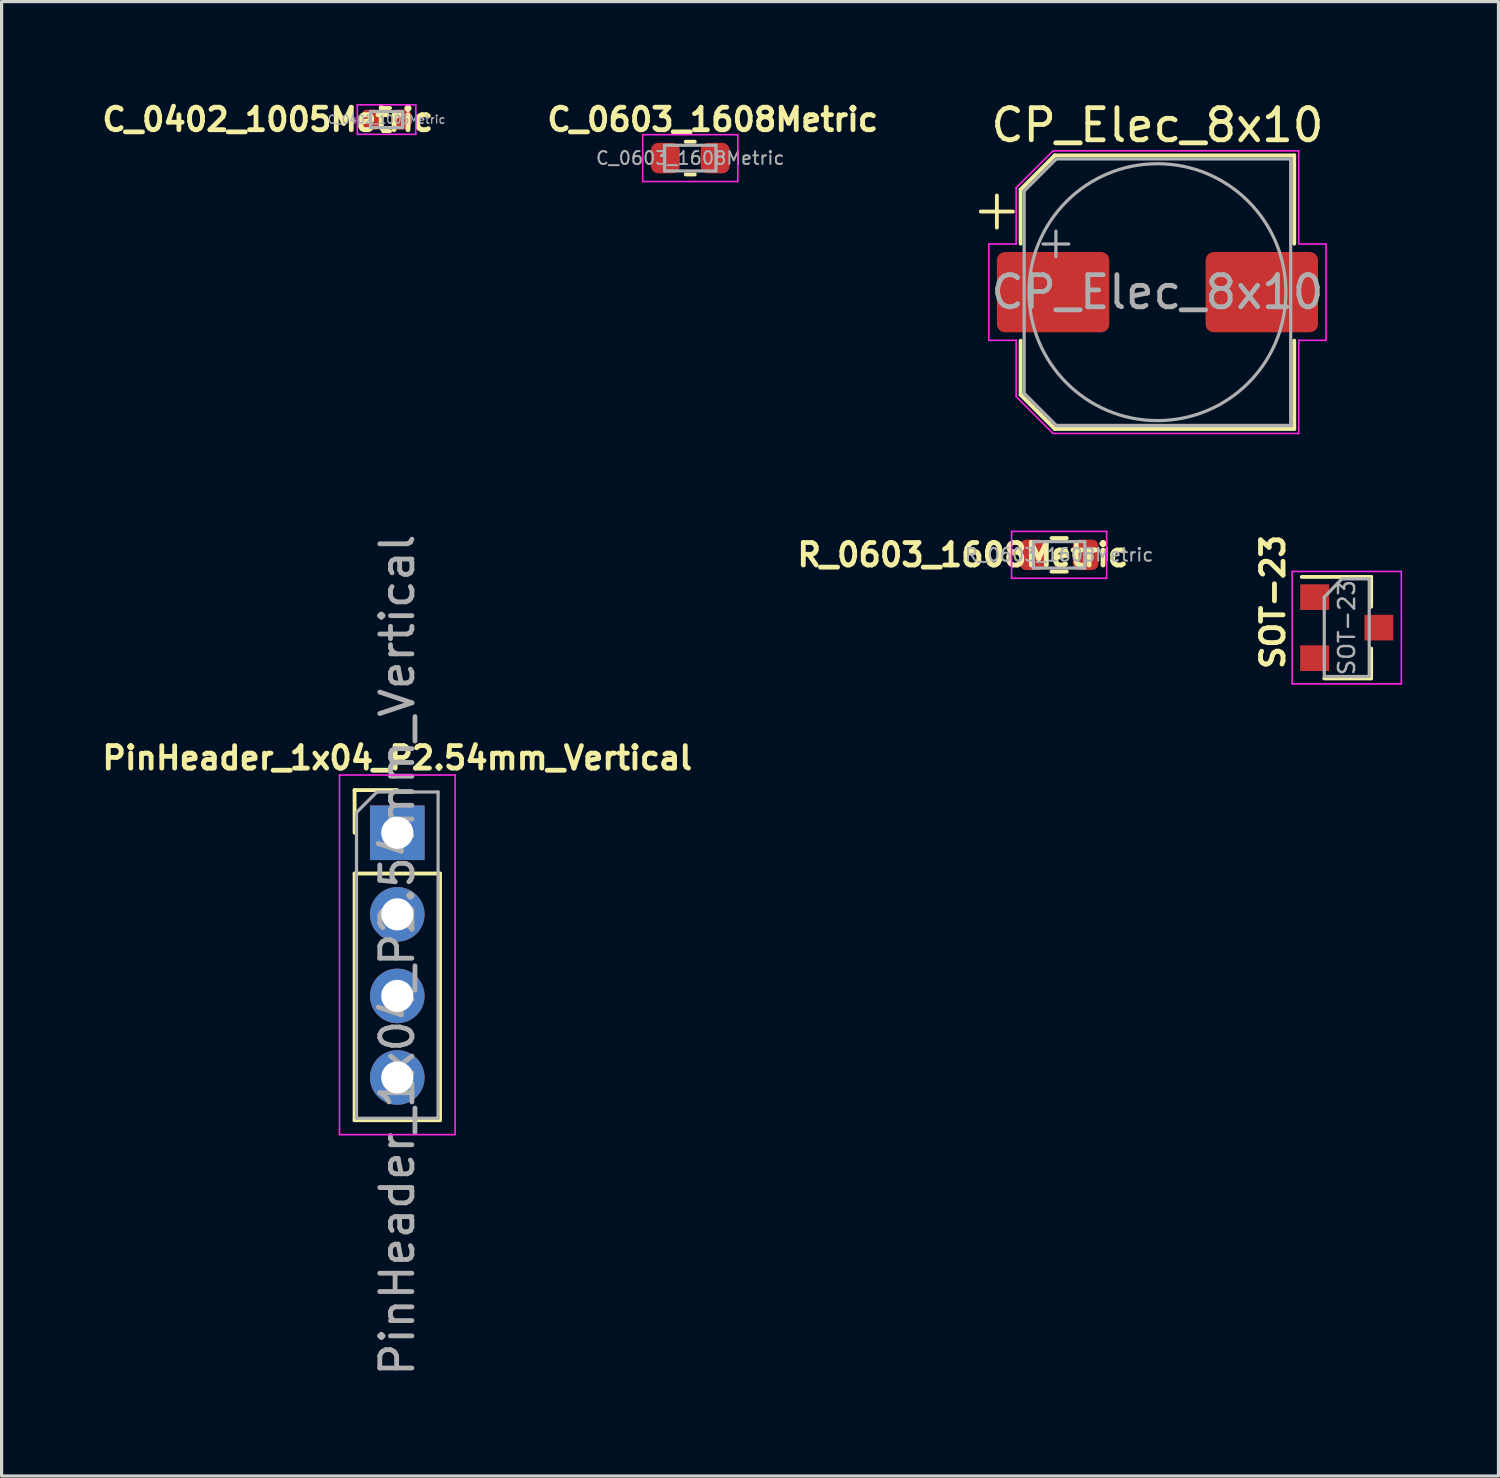
<source format=kicad_pcb>
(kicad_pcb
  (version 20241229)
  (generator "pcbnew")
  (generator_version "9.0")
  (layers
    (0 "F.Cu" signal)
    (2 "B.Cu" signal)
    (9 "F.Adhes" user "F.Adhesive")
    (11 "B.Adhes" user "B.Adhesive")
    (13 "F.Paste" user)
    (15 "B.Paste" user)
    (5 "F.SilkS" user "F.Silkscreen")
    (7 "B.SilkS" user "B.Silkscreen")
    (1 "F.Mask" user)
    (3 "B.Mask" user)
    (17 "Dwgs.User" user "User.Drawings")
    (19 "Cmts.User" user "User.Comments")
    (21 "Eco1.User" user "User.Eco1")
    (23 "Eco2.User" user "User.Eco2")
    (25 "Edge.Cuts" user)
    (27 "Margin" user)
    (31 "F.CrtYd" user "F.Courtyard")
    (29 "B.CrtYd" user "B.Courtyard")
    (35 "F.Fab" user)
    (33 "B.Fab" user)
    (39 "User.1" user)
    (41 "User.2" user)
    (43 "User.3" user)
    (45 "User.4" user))
  (footprint "SOT-23"
    (layer "F.Cu")
    (at 38.888 16.495)
    (property "Reference" "SOT-23" (at -2.3 -0.8 270) (layer "F.SilkS") (effects (font (size 0.7 0.7) (thickness 0.15))))
    (attr smd)
    (fp_line (start 0.76 -1.58) (end -1.4 -1.58) (stroke (width 0.12) (type solid)) (layer "F.SilkS"))
    (fp_line (start 0.76 -1.58) (end 0.76 -0.65) (stroke (width 0.12) (type solid)) (layer "F.SilkS"))
    (fp_line (start 0.76 1.58) (end -0.7 1.58) (stroke (width 0.12) (type solid)) (layer "F.SilkS"))
    (fp_line (start 0.76 1.58) (end 0.76 0.65) (stroke (width 0.12) (type solid)) (layer "F.SilkS"))
    (fp_line (start -1.7 -1.75) (end 1.7 -1.75) (stroke (width 0.05) (type solid)) (layer "F.CrtYd"))
    (fp_line (start -1.7 1.75) (end -1.7 -1.75) (stroke (width 0.05) (type solid)) (layer "F.CrtYd"))
    (fp_line (start 1.7 -1.75) (end 1.7 1.75) (stroke (width 0.05) (type solid)) (layer "F.CrtYd"))
    (fp_line (start 1.7 1.75) (end -1.7 1.75) (stroke (width 0.05) (type solid)) (layer "F.CrtYd"))
    (fp_line (start -0.7 -0.95) (end -0.7 1.5) (stroke (width 0.1) (type solid)) (layer "F.Fab"))
    (fp_line (start -0.7 -0.95) (end -0.15 -1.52) (stroke (width 0.1) (type solid)) (layer "F.Fab"))
    (fp_line (start -0.7 1.52) (end 0.7 1.52) (stroke (width 0.1) (type solid)) (layer "F.Fab"))
    (fp_line (start -0.15 -1.52) (end 0.7 -1.52) (stroke (width 0.1) (type solid)) (layer "F.Fab"))
    (fp_line (start 0.7 -1.52) (end 0.7 1.52) (stroke (width 0.1) (type solid)) (layer "F.Fab"))
    (fp_text user "${REFERENCE}" (at 0 0 90) (layer "F.Fab") (effects (font (size 0.5 0.5) (thickness 0.075))))
    (pad "1" smd rect (at -1 -0.95) (size 0.9 0.8) (layers "F.Cu" "F.Mask" "F.Paste"))
    (pad "2" smd rect (at -1 0.95) (size 0.9 0.8) (layers "F.Cu" "F.Mask" "F.Paste"))
    (pad "3" smd rect (at 1 0) (size 0.9 0.8) (layers "F.Cu" "F.Mask" "F.Paste")))
  (footprint "R_0603_1608Metric"
    (layer "F.Cu")
    (at 29.932 14.228)
    (property "Reference" "R_0603_1608Metric" (at -3 0 180) (layer "F.SilkS") (effects (font (size 0.7 0.7) (thickness 0.15))))
    (attr smd)
    (fp_line (start -0.237 -0.522) (end 0.237 -0.522) (stroke (width 0.12) (type solid)) (layer "F.SilkS"))
    (fp_line (start -0.237 0.522) (end 0.237 0.522) (stroke (width 0.12) (type solid)) (layer "F.SilkS"))
    (fp_line (start -1.48 -0.73) (end 1.48 -0.73) (stroke (width 0.05) (type solid)) (layer "F.CrtYd"))
    (fp_line (start -1.48 0.73) (end -1.48 -0.73) (stroke (width 0.05) (type solid)) (layer "F.CrtYd"))
    (fp_line (start 1.48 -0.73) (end 1.48 0.73) (stroke (width 0.05) (type solid)) (layer "F.CrtYd"))
    (fp_line (start 1.48 0.73) (end -1.48 0.73) (stroke (width 0.05) (type solid)) (layer "F.CrtYd"))
    (fp_line (start -0.8 -0.412) (end 0.8 -0.412) (stroke (width 0.1) (type solid)) (layer "F.Fab"))
    (fp_line (start -0.8 0.412) (end -0.8 -0.412) (stroke (width 0.1) (type solid)) (layer "F.Fab"))
    (fp_line (start 0.8 -0.412) (end 0.8 0.412) (stroke (width 0.1) (type solid)) (layer "F.Fab"))
    (fp_line (start 0.8 0.412) (end -0.8 0.412) (stroke (width 0.1) (type solid)) (layer "F.Fab"))
    (fp_text user "${REFERENCE}" (at 0 0 180) (layer "F.Fab") (effects (font (size 0.4 0.4) (thickness 0.06))))
    (pad "1" smd roundrect (at -0.825 0) (size 0.8 0.95) (layers "F.Cu" "F.Mask" "F.Paste") (roundrect_rratio 0.25))
    (pad "2" smd roundrect (at 0.825 0) (size 0.8 0.95) (layers "F.Cu" "F.Mask" "F.Paste") (roundrect_rratio 0.25)))
  (footprint "PinHeader_1x04_P2.54mm_Vertical"
    (layer "F.Cu")
    (at 9.322 22.883)
    (property "Reference" "PinHeader_1x04_P2.54mm_Vertical" (at 0 -2.33 0) (layer "F.SilkS") (effects (font (size 0.7 0.7) (thickness 0.15))))
    (attr through_hole)
    (fp_line (start -1.33 -1.33) (end 0 -1.33) (stroke (width 0.12) (type solid)) (layer "F.SilkS"))
    (fp_line (start -1.33 0) (end -1.33 -1.33) (stroke (width 0.12) (type solid)) (layer "F.SilkS"))
    (fp_line (start -1.33 1.27) (end -1.33 8.95) (stroke (width 0.12) (type solid)) (layer "F.SilkS"))
    (fp_line (start -1.33 1.27) (end 1.33 1.27) (stroke (width 0.12) (type solid)) (layer "F.SilkS"))
    (fp_line (start -1.33 8.95) (end 1.33 8.95) (stroke (width 0.12) (type solid)) (layer "F.SilkS"))
    (fp_line (start 1.33 1.27) (end 1.33 8.95) (stroke (width 0.12) (type solid)) (layer "F.SilkS"))
    (fp_line (start -1.8 -1.8) (end -1.8 9.4) (stroke (width 0.05) (type solid)) (layer "F.CrtYd"))
    (fp_line (start -1.8 9.4) (end 1.8 9.4) (stroke (width 0.05) (type solid)) (layer "F.CrtYd"))
    (fp_line (start 1.8 -1.8) (end -1.8 -1.8) (stroke (width 0.05) (type solid)) (layer "F.CrtYd"))
    (fp_line (start 1.8 9.4) (end 1.8 -1.8) (stroke (width 0.05) (type solid)) (layer "F.CrtYd"))
    (fp_line (start -1.27 -0.635) (end -0.635 -1.27) (stroke (width 0.1) (type solid)) (layer "F.Fab"))
    (fp_line (start -1.27 8.89) (end -1.27 -0.635) (stroke (width 0.1) (type solid)) (layer "F.Fab"))
    (fp_line (start -0.635 -1.27) (end 1.27 -1.27) (stroke (width 0.1) (type solid)) (layer "F.Fab"))
    (fp_line (start 1.27 -1.27) (end 1.27 8.89) (stroke (width 0.1) (type solid)) (layer "F.Fab"))
    (fp_line (start 1.27 8.89) (end -1.27 8.89) (stroke (width 0.1) (type solid)) (layer "F.Fab"))
    (fp_text user "${REFERENCE}" (at 0 3.81 90) (layer "F.Fab") (effects (font (size 1 1) (thickness 0.15))))
    (pad "1" thru_hole rect (at 0 0) (size 1.7 1.7) (drill 1) (layers "*.Cu" "*.Mask"))
    (pad "2" thru_hole oval (at 0 2.54) (size 1.7 1.7) (drill 1) (layers "*.Cu" "*.Mask"))
    (pad "3" thru_hole oval (at 0 5.08) (size 1.7 1.7) (drill 1) (layers "*.Cu" "*.Mask"))
    (pad "4" thru_hole oval (at 0 7.62) (size 1.7 1.7) (drill 1) (layers "*.Cu" "*.Mask")))
  (footprint "C_0402_1005Metric"
    (layer "F.Cu")
    (at 8.988 0.673)
    (property "Reference" "C_0402_1005Metric" (at -3.7 0 0) (layer "F.SilkS") (effects (font (size 0.7 0.7) (thickness 0.15))))
    (attr smd)
    (fp_line (start -0.108 -0.36) (end 0.108 -0.36) (stroke (width 0.12) (type solid)) (layer "F.SilkS"))
    (fp_line (start -0.108 0.36) (end 0.108 0.36) (stroke (width 0.12) (type solid)) (layer "F.SilkS"))
    (fp_line (start -0.91 -0.46) (end 0.91 -0.46) (stroke (width 0.05) (type solid)) (layer "F.CrtYd"))
    (fp_line (start -0.91 0.46) (end -0.91 -0.46) (stroke (width 0.05) (type solid)) (layer "F.CrtYd"))
    (fp_line (start 0.91 -0.46) (end 0.91 0.46) (stroke (width 0.05) (type solid)) (layer "F.CrtYd"))
    (fp_line (start 0.91 0.46) (end -0.91 0.46) (stroke (width 0.05) (type solid)) (layer "F.CrtYd"))
    (fp_line (start -0.5 -0.25) (end 0.5 -0.25) (stroke (width 0.1) (type solid)) (layer "F.Fab"))
    (fp_line (start -0.5 0.25) (end -0.5 -0.25) (stroke (width 0.1) (type solid)) (layer "F.Fab"))
    (fp_line (start 0.5 -0.25) (end 0.5 0.25) (stroke (width 0.1) (type solid)) (layer "F.Fab"))
    (fp_line (start 0.5 0.25) (end -0.5 0.25) (stroke (width 0.1) (type solid)) (layer "F.Fab"))
    (fp_text user "${REFERENCE}" (at 0 0 0) (layer "F.Fab") (effects (font (size 0.25 0.25) (thickness 0.04))))
    (pad "1" smd roundrect (at -0.48 0) (size 0.56 0.62) (layers "F.Cu" "F.Mask" "F.Paste") (roundrect_rratio 0.25))
    (pad "2" smd roundrect (at 0.48 0) (size 0.56 0.62) (layers "F.Cu" "F.Mask" "F.Paste") (roundrect_rratio 0.25)))
  (footprint "C_0603_1608Metric"
    (layer "F.Cu")
    (at 18.445 1.873)
    (property "Reference" "C_0603_1608Metric" (at 0.7 -1.2 180) (layer "F.SilkS") (effects (font (size 0.7 0.7) (thickness 0.15))))
    (attr smd)
    (fp_line (start -0.141 -0.51) (end 0.141 -0.51) (stroke (width 0.12) (type solid)) (layer "F.SilkS"))
    (fp_line (start -0.141 0.51) (end 0.141 0.51) (stroke (width 0.12) (type solid)) (layer "F.SilkS"))
    (fp_line (start -1.48 -0.73) (end 1.48 -0.73) (stroke (width 0.05) (type solid)) (layer "F.CrtYd"))
    (fp_line (start -1.48 0.73) (end -1.48 -0.73) (stroke (width 0.05) (type solid)) (layer "F.CrtYd"))
    (fp_line (start 1.48 -0.73) (end 1.48 0.73) (stroke (width 0.05) (type solid)) (layer "F.CrtYd"))
    (fp_line (start 1.48 0.73) (end -1.48 0.73) (stroke (width 0.05) (type solid)) (layer "F.CrtYd"))
    (fp_line (start -0.8 -0.4) (end 0.8 -0.4) (stroke (width 0.1) (type solid)) (layer "F.Fab"))
    (fp_line (start -0.8 0.4) (end -0.8 -0.4) (stroke (width 0.1) (type solid)) (layer "F.Fab"))
    (fp_line (start 0.8 -0.4) (end 0.8 0.4) (stroke (width 0.1) (type solid)) (layer "F.Fab"))
    (fp_line (start 0.8 0.4) (end -0.8 0.4) (stroke (width 0.1) (type solid)) (layer "F.Fab"))
    (fp_text user "${REFERENCE}" (at 0 0 180) (layer "F.Fab") (effects (font (size 0.4 0.4) (thickness 0.06))))
    (pad "1" smd roundrect (at -0.775 0) (size 0.9 0.95) (layers "F.Cu" "F.Mask" "F.Paste") (roundrect_rratio 0.25))
    (pad "2" smd roundrect (at 0.775 0) (size 0.9 0.95) (layers "F.Cu" "F.Mask" "F.Paste") (roundrect_rratio 0.25)))
  (footprint "CP_Elec_8x10"
    (layer "F.Cu")
    (at 32.993 6.048)
    (property "Reference" "CP_Elec_8x10" (at 0 -5.2 0) (layer "F.SilkS") (effects (font (size 1 1) (thickness 0.15))))
    (attr smd)
    (fp_line (start -5.5 -2.51) (end -4.5 -2.51) (stroke (width 0.12) (type solid)) (layer "F.SilkS"))
    (fp_line (start -5 -3.01) (end -5 -2.01) (stroke (width 0.12) (type solid)) (layer "F.SilkS"))
    (fp_line (start -4.26 -3.196) (end -4.26 -1.51) (stroke (width 0.12) (type solid)) (layer "F.SilkS"))
    (fp_line (start -4.26 -3.196) (end -3.196 -4.26) (stroke (width 0.12) (type solid)) (layer "F.SilkS"))
    (fp_line (start -4.26 3.196) (end -4.26 1.51) (stroke (width 0.12) (type solid)) (layer "F.SilkS"))
    (fp_line (start -4.26 3.196) (end -3.196 4.26) (stroke (width 0.12) (type solid)) (layer "F.SilkS"))
    (fp_line (start -3.196 -4.26) (end 4.26 -4.26) (stroke (width 0.12) (type solid)) (layer "F.SilkS"))
    (fp_line (start -3.196 4.26) (end 4.26 4.26) (stroke (width 0.12) (type solid)) (layer "F.SilkS"))
    (fp_line (start 4.26 -4.26) (end 4.26 -1.51) (stroke (width 0.12) (type solid)) (layer "F.SilkS"))
    (fp_line (start 4.26 4.26) (end 4.26 1.51) (stroke (width 0.12) (type solid)) (layer "F.SilkS"))
    (fp_line (start -5.25 -1.5) (end -5.25 1.5) (stroke (width 0.05) (type solid)) (layer "F.CrtYd"))
    (fp_line (start -5.25 1.5) (end -4.4 1.5) (stroke (width 0.05) (type solid)) (layer "F.CrtYd"))
    (fp_line (start -4.4 -3.25) (end -4.4 -1.5) (stroke (width 0.05) (type solid)) (layer "F.CrtYd"))
    (fp_line (start -4.4 -3.25) (end -3.25 -4.4) (stroke (width 0.05) (type solid)) (layer "F.CrtYd"))
    (fp_line (start -4.4 -1.5) (end -5.25 -1.5) (stroke (width 0.05) (type solid)) (layer "F.CrtYd"))
    (fp_line (start -4.4 1.5) (end -4.4 3.25) (stroke (width 0.05) (type solid)) (layer "F.CrtYd"))
    (fp_line (start -4.4 3.25) (end -3.25 4.4) (stroke (width 0.05) (type solid)) (layer "F.CrtYd"))
    (fp_line (start -3.25 -4.4) (end 4.4 -4.4) (stroke (width 0.05) (type solid)) (layer "F.CrtYd"))
    (fp_line (start -3.25 4.4) (end 4.4 4.4) (stroke (width 0.05) (type solid)) (layer "F.CrtYd"))
    (fp_line (start 4.4 -4.4) (end 4.4 -1.5) (stroke (width 0.05) (type solid)) (layer "F.CrtYd"))
    (fp_line (start 4.4 -1.5) (end 5.25 -1.5) (stroke (width 0.05) (type solid)) (layer "F.CrtYd"))
    (fp_line (start 4.4 1.5) (end 4.4 4.4) (stroke (width 0.05) (type solid)) (layer "F.CrtYd"))
    (fp_line (start 5.25 -1.5) (end 5.25 1.5) (stroke (width 0.05) (type solid)) (layer "F.CrtYd"))
    (fp_line (start 5.25 1.5) (end 4.4 1.5) (stroke (width 0.05) (type solid)) (layer "F.CrtYd"))
    (fp_line (start -4.15 -3.15) (end -4.15 3.15) (stroke (width 0.1) (type solid)) (layer "F.Fab"))
    (fp_line (start -4.15 -3.15) (end -3.15 -4.15) (stroke (width 0.1) (type solid)) (layer "F.Fab"))
    (fp_line (start -4.15 3.15) (end -3.15 4.15) (stroke (width 0.1) (type solid)) (layer "F.Fab"))
    (fp_line (start -3.562 -1.5) (end -2.762 -1.5) (stroke (width 0.1) (type solid)) (layer "F.Fab"))
    (fp_line (start -3.162 -1.9) (end -3.162 -1.1) (stroke (width 0.1) (type solid)) (layer "F.Fab"))
    (fp_line (start -3.15 -4.15) (end 4.15 -4.15) (stroke (width 0.1) (type solid)) (layer "F.Fab"))
    (fp_line (start -3.15 4.15) (end 4.15 4.15) (stroke (width 0.1) (type solid)) (layer "F.Fab"))
    (fp_line (start 4.15 -4.15) (end 4.15 4.15) (stroke (width 0.1) (type solid)) (layer "F.Fab"))
    (fp_circle (center 0 0) (end 4 0) (stroke (width 0.1) (type solid)) (fill no) (layer "F.Fab"))
    (fp_text user "${REFERENCE}" (at 0 0 0) (layer "F.Fab") (effects (font (size 1 1) (thickness 0.15))))
    (pad "1" smd roundrect (at -3.25 0) (size 3.5 2.5) (layers "F.Cu" "F.Mask" "F.Paste") (roundrect_rratio 0.1))
    (pad "2" smd roundrect (at 3.25 0) (size 3.5 2.5) (layers "F.Cu" "F.Mask" "F.Paste") (roundrect_rratio 0.1)))
  (gr_rect
    (start -3 -3)
    (end 43.613 42.914)
    (stroke (width 0.1) (type default))
    (fill no)
    (layer "Edge.Cuts")))
</source>
